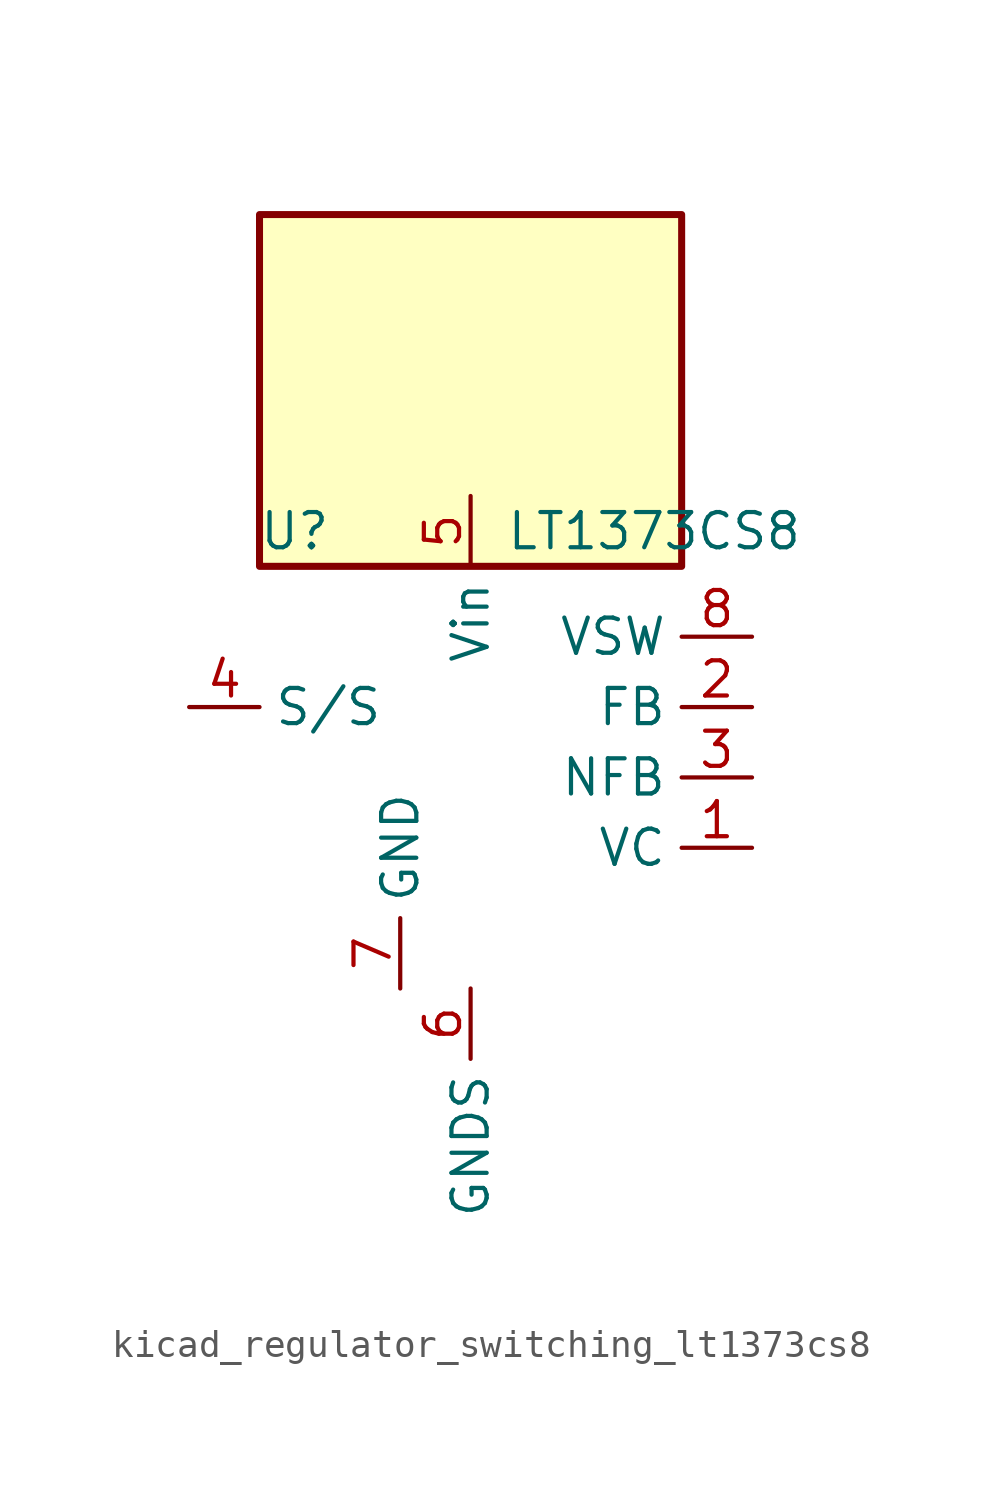
<source format=kicad_sym>
(kicad_symbol_lib
  (version 20220914)
  (generator kicad_symbol_editor)
  (symbol "kicad_regulator_switching_lt1373cs8"
    (property "Reference" "U"
      (at -6.35 8.89 0)
      (effects (font (size 1.27 1.27))))
    (property "Value" "LT1373CS8"
      (at 1.27 8.89 0)
      (effects (font (size 1.27 1.27)) (justify left)))
    (symbol "kicad_regulator_switching_lt1373cs8_0_1"
      (rectangle (start 7.62 20.32) (end -7.62 7.62) (stroke (width 0.254) (type default)) (fill (type background))))
    (symbol "kicad_regulator_switching_lt1373cs8_1_1"
      (pin passive line (at 10.16 -2.54 180) (length 2.54) (name "VC" (effects (font (size 1.27 1.27)))) (number "1" (effects (font (size 1.27 1.27)))))
      (pin passive line (at 10.16 2.54 180) (length 2.54) (name "FB" (effects (font (size 1.27 1.27)))) (number "2" (effects (font (size 1.27 1.27)))))
      (pin input line (at 10.16 0 180) (length 2.54) (name "NFB" (effects (font (size 1.27 1.27)))) (number "3" (effects (font (size 1.27 1.27)))))
      (pin input line (at -10.16 2.54 0) (length 2.54) (name "S/S" (effects (font (size 1.27 1.27)))) (number "4" (effects (font (size 1.27 1.27)))))
      (pin power_in line (at 0 10.16 270) (length 2.54) (name "Vin" (effects (font (size 1.27 1.27)))) (number "5" (effects (font (size 1.27 1.27)))))
      (pin power_in line (at 0 -7.62 270) (length 2.54) (name "GNDS" (effects (font (size 1.27 1.27)))) (number "6" (effects (font (size 1.27 1.27)))))
      (pin power_in line (at -2.54 -7.62 90) (length 2.54) (name "GND" (effects (font (size 1.27 1.27)))) (number "7" (effects (font (size 1.27 1.27)))))
      (pin output line (at 10.16 5.08 180) (length 2.54) (name "VSW" (effects (font (size 1.27 1.27)))) (number "8" (effects (font (size 1.27 1.27))))))))
</source>
